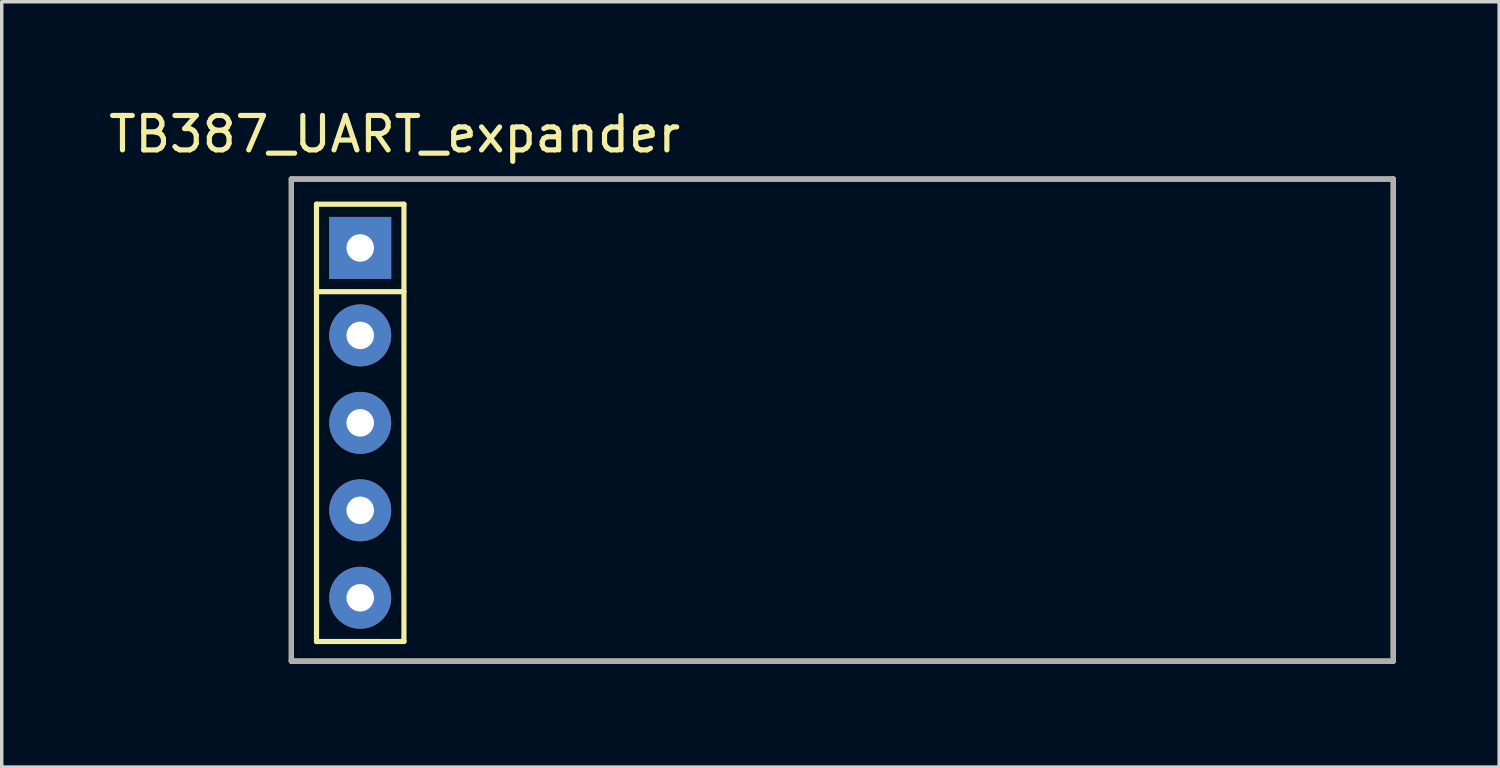
<source format=kicad_pcb>
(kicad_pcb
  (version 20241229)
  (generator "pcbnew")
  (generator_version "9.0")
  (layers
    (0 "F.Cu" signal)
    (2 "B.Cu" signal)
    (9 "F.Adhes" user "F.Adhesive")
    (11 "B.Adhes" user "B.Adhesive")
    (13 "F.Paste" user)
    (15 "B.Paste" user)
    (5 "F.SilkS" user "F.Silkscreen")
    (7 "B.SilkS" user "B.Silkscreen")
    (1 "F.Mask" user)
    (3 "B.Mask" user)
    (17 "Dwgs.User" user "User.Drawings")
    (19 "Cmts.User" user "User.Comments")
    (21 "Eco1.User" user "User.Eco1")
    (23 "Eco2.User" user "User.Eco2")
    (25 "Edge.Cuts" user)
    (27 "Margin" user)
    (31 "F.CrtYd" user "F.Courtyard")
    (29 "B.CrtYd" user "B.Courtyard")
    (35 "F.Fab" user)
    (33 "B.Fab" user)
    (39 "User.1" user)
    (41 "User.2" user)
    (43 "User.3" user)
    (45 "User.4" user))
  (footprint "TB387_UART_expander"
    (layer "F.Cu")
    (at 7.411 4.15)
    (property "Reference" "TB387_UART_expander" (at 1 -3.302 0) (layer "F.SilkS") (effects (font (size 1 1) (thickness 0.15))))
    (attr through_hole)
    (fp_line (start -2 -2) (end 30 -2) (stroke (width 0.15) (type solid)) (layer "F.SilkS"))
    (fp_line (start -2 12) (end -2 -2) (stroke (width 0.15) (type solid)) (layer "F.SilkS"))
    (fp_line (start -1.27 -1.27) (end 1.27 -1.27) (stroke (width 0.15) (type solid)) (layer "F.SilkS"))
    (fp_line (start -1.27 1.27) (end 1.27 1.27) (stroke (width 0.15) (type solid)) (layer "F.SilkS"))
    (fp_line (start -1.27 11.43) (end -1.27 -1.27) (stroke (width 0.15) (type solid)) (layer "F.SilkS"))
    (fp_line (start 1.27 -1.27) (end 1.27 11.43) (stroke (width 0.15) (type solid)) (layer "F.SilkS"))
    (fp_line (start 1.27 11.43) (end -1.27 11.43) (stroke (width 0.15) (type solid)) (layer "F.SilkS"))
    (fp_line (start 30 -2) (end 30 12) (stroke (width 0.15) (type solid)) (layer "F.SilkS"))
    (fp_line (start 30 12) (end -2 12) (stroke (width 0.15) (type solid)) (layer "F.SilkS"))
    (fp_line (start -2 -2) (end 30 -2) (stroke (width 0.15) (type solid)) (layer "F.Fab"))
    (fp_line (start -2 12) (end -2 -2) (stroke (width 0.15) (type solid)) (layer "F.Fab"))
    (fp_line (start 30 -2) (end 30 12) (stroke (width 0.15) (type solid)) (layer "F.Fab"))
    (fp_line (start 30 12) (end -2 12) (stroke (width 0.15) (type solid)) (layer "F.Fab"))
    (pad "1" thru_hole rect (at 0 0) (size 1.8 1.8) (drill 0.8) (layers "*.Cu" "*.Mask"))
    (pad "2" thru_hole circle (at 0 2.54) (size 1.8 1.8) (drill 0.8) (layers "*.Cu" "*.Mask"))
    (pad "3" thru_hole circle (at 0 5.08) (size 1.8 1.8) (drill 0.8) (layers "*.Cu" "*.Mask"))
    (pad "4" thru_hole circle (at 0 7.62) (size 1.8 1.8) (drill 0.8) (layers "*.Cu" "*.Mask"))
    (pad "5" thru_hole circle (at 0 10.16) (size 1.8 1.8) (drill 0.8) (layers "*.Cu" "*.Mask")))
  (gr_rect
    (start -3 -3)
    (end 40.486 19.225)
    (stroke (width 0.1) (type default))
    (fill no)
    (layer "Edge.Cuts")))
</source>
